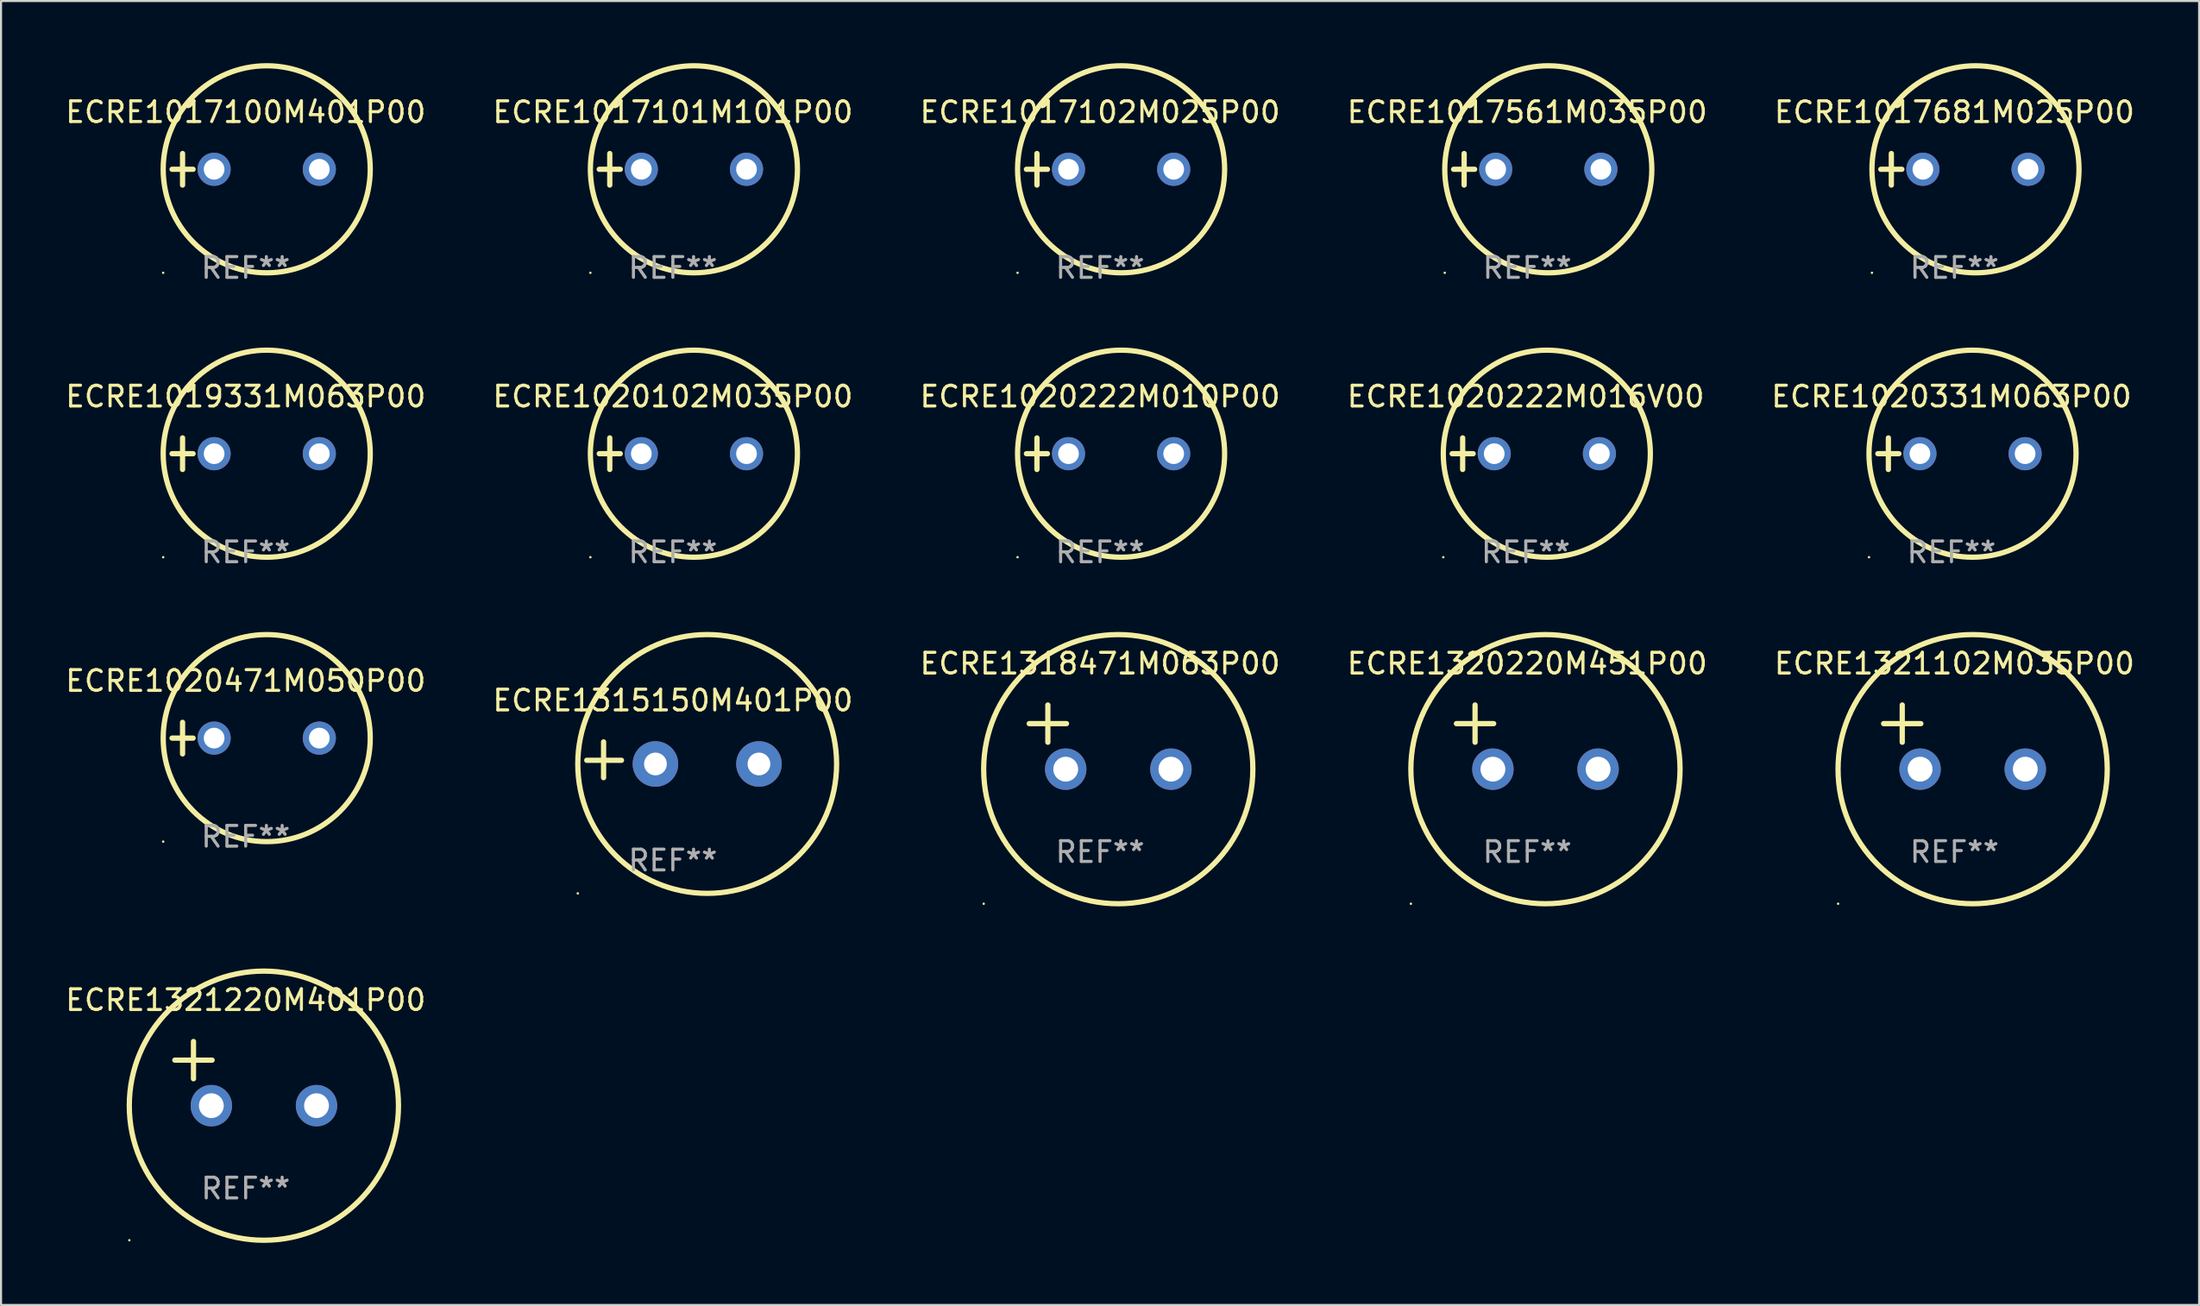
<source format=kicad_pcb>
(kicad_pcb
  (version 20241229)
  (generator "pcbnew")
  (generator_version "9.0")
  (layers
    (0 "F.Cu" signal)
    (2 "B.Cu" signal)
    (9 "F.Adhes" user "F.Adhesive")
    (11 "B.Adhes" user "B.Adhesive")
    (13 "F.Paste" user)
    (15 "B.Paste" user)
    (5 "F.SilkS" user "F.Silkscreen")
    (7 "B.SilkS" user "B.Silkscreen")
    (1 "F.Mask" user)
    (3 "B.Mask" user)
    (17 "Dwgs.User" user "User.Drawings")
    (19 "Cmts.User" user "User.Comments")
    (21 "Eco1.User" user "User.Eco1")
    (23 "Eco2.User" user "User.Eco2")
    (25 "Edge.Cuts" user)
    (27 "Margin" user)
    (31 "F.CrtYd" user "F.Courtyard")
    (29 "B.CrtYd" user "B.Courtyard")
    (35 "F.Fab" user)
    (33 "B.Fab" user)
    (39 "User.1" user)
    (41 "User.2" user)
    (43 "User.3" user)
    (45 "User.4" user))
  (footprint "ECRE1020222M010P00"
    (layer "F.Cu")
    (at 50.077 18.864)
    (property "Reference" "ECRE1020222M010P00" (at 0 -2.762 0) (layer "F.SilkS") (effects (font (size 1 1) (thickness 0.15))))
    (attr through_hole)
    (fp_line (start -3.556 0) (end -2.54 0) (stroke (width 0.254) (type solid)) (layer "F.SilkS"))
    (fp_line (start -3.048 -0.762) (end -3.048 0.762) (stroke (width 0.254) (type solid)) (layer "F.SilkS"))
    (fp_circle (center -3.984 5) (end -3.954 5) (stroke (width 0.06) (type solid)) (fill no) (layer "F.SilkS"))
    (fp_circle (center 1.016 0) (end 6.016 0) (stroke (width 0.254) (type solid)) (fill no) (layer "F.SilkS"))
    (fp_text user "REF**" (at 0 4.762 0) (layer "F.Fab") (effects (font (size 1 1) (thickness 0.15))))
    (pad "1" thru_hole circle (at -1.524 0) (size 1.6 1.6) (drill 1) (layers "*.Cu" "*.Mask"))
    (pad "2" thru_hole circle (at 3.556 0) (size 1.6 1.6) (drill 1) (layers "*.Cu" "*.Mask")))
  (footprint "ECRE1020471M050P00"
    (layer "F.Cu")
    (at 8.815 32.602)
    (property "Reference" "ECRE1020471M050P00" (at 0 -2.762 0) (layer "F.SilkS") (effects (font (size 1 1) (thickness 0.15))))
    (attr through_hole)
    (fp_line (start -3.556 0) (end -2.54 0) (stroke (width 0.254) (type solid)) (layer "F.SilkS"))
    (fp_line (start -3.048 -0.762) (end -3.048 0.762) (stroke (width 0.254) (type solid)) (layer "F.SilkS"))
    (fp_circle (center -3.984 5) (end -3.954 5) (stroke (width 0.06) (type solid)) (fill no) (layer "F.SilkS"))
    (fp_circle (center 1.016 0) (end 6.016 0) (stroke (width 0.254) (type solid)) (fill no) (layer "F.SilkS"))
    (fp_text user "REF**" (at 0 4.762 0) (layer "F.Fab") (effects (font (size 1 1) (thickness 0.15))))
    (pad "1" thru_hole circle (at -1.524 0) (size 1.6 1.6) (drill 1) (layers "*.Cu" "*.Mask"))
    (pad "2" thru_hole circle (at 3.556 0) (size 1.6 1.6) (drill 1) (layers "*.Cu" "*.Mask")))
  (footprint "ECRE1321220M401P00"
    (layer "F.Cu")
    (at 8.815 48.806)
    (property "Reference" "ECRE1321220M401P00" (at 0 -3.55 0) (layer "F.SilkS") (effects (font (size 1 1) (thickness 0.15))))
    (attr through_hole)
    (fp_line (start -3.421 -0.65) (end -1.621 -0.65) (stroke (width 0.254) (type solid)) (layer "F.SilkS"))
    (fp_line (start -2.521 -1.55) (end -2.521 0.25) (stroke (width 0.254) (type solid)) (layer "F.SilkS"))
    (fp_circle (center -5.619 8.05) (end -5.589 8.05) (stroke (width 0.06) (type solid)) (fill no) (layer "F.SilkS"))
    (fp_circle (center 0.879 1.55) (end 7.379 1.55) (stroke (width 0.254) (type solid)) (fill no) (layer "F.SilkS"))
    (fp_text user "REF**" (at 0 5.55 0) (layer "F.Fab") (effects (font (size 1 1) (thickness 0.15))))
    (pad "1" thru_hole circle (at -1.659 1.55) (size 2 2) (drill 1.2) (layers "*.Cu" "*.Mask"))
    (pad "2" thru_hole circle (at 3.421 1.55) (size 2 2) (drill 1.2) (layers "*.Cu" "*.Mask")))
  (footprint "ECRE1017561M035P00"
    (layer "F.Cu")
    (at 70.708 5.127)
    (property "Reference" "ECRE1017561M035P00" (at 0 -2.762 0) (layer "F.SilkS") (effects (font (size 1 1) (thickness 0.15))))
    (attr through_hole)
    (fp_line (start -3.556 0) (end -2.54 0) (stroke (width 0.254) (type solid)) (layer "F.SilkS"))
    (fp_line (start -3.048 -0.762) (end -3.048 0.762) (stroke (width 0.254) (type solid)) (layer "F.SilkS"))
    (fp_circle (center -3.984 5) (end -3.954 5) (stroke (width 0.06) (type solid)) (fill no) (layer "F.SilkS"))
    (fp_circle (center 1.016 0) (end 6.016 0) (stroke (width 0.254) (type solid)) (fill no) (layer "F.SilkS"))
    (fp_text user "REF**" (at 0 4.762 0) (layer "F.Fab") (effects (font (size 1 1) (thickness 0.15))))
    (pad "1" thru_hole circle (at -1.524 0) (size 1.6 1.6) (drill 1) (layers "*.Cu" "*.Mask"))
    (pad "2" thru_hole circle (at 3.556 0) (size 1.6 1.6) (drill 1) (layers "*.Cu" "*.Mask")))
  (footprint "ECRE1320220M451P00"
    (layer "F.Cu")
    (at 70.708 32.552)
    (property "Reference" "ECRE1320220M451P00" (at 0 -3.55 0) (layer "F.SilkS") (effects (font (size 1 1) (thickness 0.15))))
    (attr through_hole)
    (fp_line (start -3.421 -0.65) (end -1.621 -0.65) (stroke (width 0.254) (type solid)) (layer "F.SilkS"))
    (fp_line (start -2.521 -1.55) (end -2.521 0.25) (stroke (width 0.254) (type solid)) (layer "F.SilkS"))
    (fp_circle (center -5.619 8.05) (end -5.589 8.05) (stroke (width 0.06) (type solid)) (fill no) (layer "F.SilkS"))
    (fp_circle (center 0.879 1.55) (end 7.379 1.55) (stroke (width 0.254) (type solid)) (fill no) (layer "F.SilkS"))
    (fp_text user "REF**" (at 0 5.55 0) (layer "F.Fab") (effects (font (size 1 1) (thickness 0.15))))
    (pad "1" thru_hole circle (at -1.659 1.55) (size 2 2) (drill 1.2) (layers "*.Cu" "*.Mask"))
    (pad "2" thru_hole circle (at 3.421 1.55) (size 2 2) (drill 1.2) (layers "*.Cu" "*.Mask")))
  (footprint "ECRE1020102M035P00"
    (layer "F.Cu")
    (at 29.446 18.864)
    (property "Reference" "ECRE1020102M035P00" (at 0 -2.762 0) (layer "F.SilkS") (effects (font (size 1 1) (thickness 0.15))))
    (attr through_hole)
    (fp_line (start -3.556 0) (end -2.54 0) (stroke (width 0.254) (type solid)) (layer "F.SilkS"))
    (fp_line (start -3.048 -0.762) (end -3.048 0.762) (stroke (width 0.254) (type solid)) (layer "F.SilkS"))
    (fp_circle (center -3.984 5) (end -3.954 5) (stroke (width 0.06) (type solid)) (fill no) (layer "F.SilkS"))
    (fp_circle (center 1.016 0) (end 6.016 0) (stroke (width 0.254) (type solid)) (fill no) (layer "F.SilkS"))
    (fp_text user "REF**" (at 0 4.762 0) (layer "F.Fab") (effects (font (size 1 1) (thickness 0.15))))
    (pad "1" thru_hole circle (at -1.524 0) (size 1.6 1.6) (drill 1) (layers "*.Cu" "*.Mask"))
    (pad "2" thru_hole circle (at 3.556 0) (size 1.6 1.6) (drill 1) (layers "*.Cu" "*.Mask")))
  (footprint "ECRE1315150M401P00"
    (layer "F.Cu")
    (at 29.446 33.648)
    (property "Reference" "ECRE1315150M401P00" (at 0 -2.864 0) (layer "F.SilkS") (effects (font (size 1 1) (thickness 0.15))))
    (attr through_hole)
    (fp_line (start -3.346 0.864) (end -3.346 -0.864) (stroke (width 0.254) (type solid)) (layer "F.SilkS"))
    (fp_line (start -2.482 0.025) (end -4.158 0.025) (stroke (width 0.254) (type solid)) (layer "F.SilkS"))
    (fp_circle (center -4.592 6.453) (end -4.562 6.453) (stroke (width 0.06) (type solid)) (fill no) (layer "F.SilkS"))
    (fp_circle (center 1.658 0.203) (end 7.908 0.203) (stroke (width 0.254) (type solid)) (fill no) (layer "F.SilkS"))
    (fp_text user "REF**" (at 0 4.864 0) (layer "F.Fab") (effects (font (size 1 1) (thickness 0.15))))
    (pad "1" thru_hole circle (at -0.842 0.203) (size 2.2 2.2) (drill 1.1) (layers "*.Cu" "*.Mask"))
    (pad "2" thru_hole circle (at 4.158 0.203) (size 2.2 2.2) (drill 1.1) (layers "*.Cu" "*.Mask")))
  (footprint "ECRE1017681M025P00"
    (layer "F.Cu")
    (at 91.339 5.127)
    (property "Reference" "ECRE1017681M025P00" (at 0 -2.762 0) (layer "F.SilkS") (effects (font (size 1 1) (thickness 0.15))))
    (attr through_hole)
    (fp_line (start -3.556 0) (end -2.54 0) (stroke (width 0.254) (type solid)) (layer "F.SilkS"))
    (fp_line (start -3.048 -0.762) (end -3.048 0.762) (stroke (width 0.254) (type solid)) (layer "F.SilkS"))
    (fp_circle (center -3.984 5) (end -3.954 5) (stroke (width 0.06) (type solid)) (fill no) (layer "F.SilkS"))
    (fp_circle (center 1.016 0) (end 6.016 0) (stroke (width 0.254) (type solid)) (fill no) (layer "F.SilkS"))
    (fp_text user "REF**" (at 0 4.762 0) (layer "F.Fab") (effects (font (size 1 1) (thickness 0.15))))
    (pad "1" thru_hole circle (at -1.524 0) (size 1.6 1.6) (drill 1) (layers "*.Cu" "*.Mask"))
    (pad "2" thru_hole circle (at 3.556 0) (size 1.6 1.6) (drill 1) (layers "*.Cu" "*.Mask")))
  (footprint "ECRE1017101M101P00"
    (layer "F.Cu")
    (at 29.446 5.127)
    (property "Reference" "ECRE1017101M101P00" (at 0 -2.762 0) (layer "F.SilkS") (effects (font (size 1 1) (thickness 0.15))))
    (attr through_hole)
    (fp_line (start -3.556 0) (end -2.54 0) (stroke (width 0.254) (type solid)) (layer "F.SilkS"))
    (fp_line (start -3.048 -0.762) (end -3.048 0.762) (stroke (width 0.254) (type solid)) (layer "F.SilkS"))
    (fp_circle (center -3.984 5) (end -3.954 5) (stroke (width 0.06) (type solid)) (fill no) (layer "F.SilkS"))
    (fp_circle (center 1.016 0) (end 6.016 0) (stroke (width 0.254) (type solid)) (fill no) (layer "F.SilkS"))
    (fp_text user "REF**" (at 0 4.762 0) (layer "F.Fab") (effects (font (size 1 1) (thickness 0.15))))
    (pad "1" thru_hole circle (at -1.524 0) (size 1.6 1.6) (drill 1) (layers "*.Cu" "*.Mask"))
    (pad "2" thru_hole circle (at 3.556 0) (size 1.6 1.6) (drill 1) (layers "*.Cu" "*.Mask")))
  (footprint "ECRE1017100M401P00"
    (layer "F.Cu")
    (at 8.815 5.127)
    (property "Reference" "ECRE1017100M401P00" (at 0 -2.762 0) (layer "F.SilkS") (effects (font (size 1 1) (thickness 0.15))))
    (attr through_hole)
    (fp_line (start -3.556 0) (end -2.54 0) (stroke (width 0.254) (type solid)) (layer "F.SilkS"))
    (fp_line (start -3.048 -0.762) (end -3.048 0.762) (stroke (width 0.254) (type solid)) (layer "F.SilkS"))
    (fp_circle (center -3.984 5) (end -3.954 5) (stroke (width 0.06) (type solid)) (fill no) (layer "F.SilkS"))
    (fp_circle (center 1.016 0) (end 6.016 0) (stroke (width 0.254) (type solid)) (fill no) (layer "F.SilkS"))
    (fp_text user "REF**" (at 0 4.762 0) (layer "F.Fab") (effects (font (size 1 1) (thickness 0.15))))
    (pad "1" thru_hole circle (at -1.524 0) (size 1.6 1.6) (drill 1) (layers "*.Cu" "*.Mask"))
    (pad "2" thru_hole circle (at 3.556 0) (size 1.6 1.6) (drill 1) (layers "*.Cu" "*.Mask")))
  (footprint "ECRE1321102M035P00"
    (layer "F.Cu")
    (at 91.339 32.552)
    (property "Reference" "ECRE1321102M035P00" (at 0 -3.55 0) (layer "F.SilkS") (effects (font (size 1 1) (thickness 0.15))))
    (attr through_hole)
    (fp_line (start -3.421 -0.65) (end -1.621 -0.65) (stroke (width 0.254) (type solid)) (layer "F.SilkS"))
    (fp_line (start -2.521 -1.55) (end -2.521 0.25) (stroke (width 0.254) (type solid)) (layer "F.SilkS"))
    (fp_circle (center -5.619 8.05) (end -5.589 8.05) (stroke (width 0.06) (type solid)) (fill no) (layer "F.SilkS"))
    (fp_circle (center 0.879 1.55) (end 7.379 1.55) (stroke (width 0.254) (type solid)) (fill no) (layer "F.SilkS"))
    (fp_text user "REF**" (at 0 5.55 0) (layer "F.Fab") (effects (font (size 1 1) (thickness 0.15))))
    (pad "1" thru_hole circle (at -1.659 1.55) (size 2 2) (drill 1.2) (layers "*.Cu" "*.Mask"))
    (pad "2" thru_hole circle (at 3.421 1.55) (size 2 2) (drill 1.2) (layers "*.Cu" "*.Mask")))
  (footprint "ECRE1017102M025P00"
    (layer "F.Cu")
    (at 50.077 5.127)
    (property "Reference" "ECRE1017102M025P00" (at 0 -2.762 0) (layer "F.SilkS") (effects (font (size 1 1) (thickness 0.15))))
    (attr through_hole)
    (fp_line (start -3.556 0) (end -2.54 0) (stroke (width 0.254) (type solid)) (layer "F.SilkS"))
    (fp_line (start -3.048 -0.762) (end -3.048 0.762) (stroke (width 0.254) (type solid)) (layer "F.SilkS"))
    (fp_circle (center -3.984 5) (end -3.954 5) (stroke (width 0.06) (type solid)) (fill no) (layer "F.SilkS"))
    (fp_circle (center 1.016 0) (end 6.016 0) (stroke (width 0.254) (type solid)) (fill no) (layer "F.SilkS"))
    (fp_text user "REF**" (at 0 4.762 0) (layer "F.Fab") (effects (font (size 1 1) (thickness 0.15))))
    (pad "1" thru_hole circle (at -1.524 0) (size 1.6 1.6) (drill 1) (layers "*.Cu" "*.Mask"))
    (pad "2" thru_hole circle (at 3.556 0) (size 1.6 1.6) (drill 1) (layers "*.Cu" "*.Mask")))
  (footprint "ECRE1019331M063P00"
    (layer "F.Cu")
    (at 8.815 18.864)
    (property "Reference" "ECRE1019331M063P00" (at 0 -2.762 0) (layer "F.SilkS") (effects (font (size 1 1) (thickness 0.15))))
    (attr through_hole)
    (fp_line (start -3.556 0) (end -2.54 0) (stroke (width 0.254) (type solid)) (layer "F.SilkS"))
    (fp_line (start -3.048 -0.762) (end -3.048 0.762) (stroke (width 0.254) (type solid)) (layer "F.SilkS"))
    (fp_circle (center -3.984 5) (end -3.954 5) (stroke (width 0.06) (type solid)) (fill no) (layer "F.SilkS"))
    (fp_circle (center 1.016 0) (end 6.016 0) (stroke (width 0.254) (type solid)) (fill no) (layer "F.SilkS"))
    (fp_text user "REF**" (at 0 4.762 0) (layer "F.Fab") (effects (font (size 1 1) (thickness 0.15))))
    (pad "1" thru_hole circle (at -1.524 0) (size 1.6 1.6) (drill 1) (layers "*.Cu" "*.Mask"))
    (pad "2" thru_hole circle (at 3.556 0) (size 1.6 1.6) (drill 1) (layers "*.Cu" "*.Mask")))
  (footprint "ECRE1318471M063P00"
    (layer "F.Cu")
    (at 50.077 32.552)
    (property "Reference" "ECRE1318471M063P00" (at 0 -3.55 0) (layer "F.SilkS") (effects (font (size 1 1) (thickness 0.15))))
    (attr through_hole)
    (fp_line (start -3.421 -0.65) (end -1.621 -0.65) (stroke (width 0.254) (type solid)) (layer "F.SilkS"))
    (fp_line (start -2.521 -1.55) (end -2.521 0.25) (stroke (width 0.254) (type solid)) (layer "F.SilkS"))
    (fp_circle (center -5.619 8.05) (end -5.589 8.05) (stroke (width 0.06) (type solid)) (fill no) (layer "F.SilkS"))
    (fp_circle (center 0.879 1.55) (end 7.379 1.55) (stroke (width 0.254) (type solid)) (fill no) (layer "F.SilkS"))
    (fp_text user "REF**" (at 0 5.55 0) (layer "F.Fab") (effects (font (size 1 1) (thickness 0.15))))
    (pad "1" thru_hole circle (at -1.659 1.55) (size 2 2) (drill 1.2) (layers "*.Cu" "*.Mask"))
    (pad "2" thru_hole circle (at 3.421 1.55) (size 2 2) (drill 1.2) (layers "*.Cu" "*.Mask")))
  (footprint "ECRE1020222M016V00"
    (layer "F.Cu")
    (at 70.637 18.864)
    (property "Reference" "ECRE1020222M016V00" (at 0 -2.762 0) (layer "F.SilkS") (effects (font (size 1 1) (thickness 0.15))))
    (attr through_hole)
    (fp_line (start -3.556 0) (end -2.54 0) (stroke (width 0.254) (type solid)) (layer "F.SilkS"))
    (fp_line (start -3.048 -0.762) (end -3.048 0.762) (stroke (width 0.254) (type solid)) (layer "F.SilkS"))
    (fp_circle (center -3.984 5) (end -3.954 5) (stroke (width 0.06) (type solid)) (fill no) (layer "F.SilkS"))
    (fp_circle (center 1.016 0) (end 6.016 0) (stroke (width 0.254) (type solid)) (fill no) (layer "F.SilkS"))
    (fp_text user "REF**" (at 0 4.762 0) (layer "F.Fab") (effects (font (size 1 1) (thickness 0.15))))
    (pad "1" thru_hole circle (at -1.524 0) (size 1.6 1.6) (drill 1) (layers "*.Cu" "*.Mask"))
    (pad "2" thru_hole circle (at 3.556 0) (size 1.6 1.6) (drill 1) (layers "*.Cu" "*.Mask")))
  (footprint "ECRE1020331M063P00"
    (layer "F.Cu")
    (at 91.196 18.864)
    (property "Reference" "ECRE1020331M063P00" (at 0 -2.762 0) (layer "F.SilkS") (effects (font (size 1 1) (thickness 0.15))))
    (attr through_hole)
    (fp_line (start -3.556 0) (end -2.54 0) (stroke (width 0.254) (type solid)) (layer "F.SilkS"))
    (fp_line (start -3.048 -0.762) (end -3.048 0.762) (stroke (width 0.254) (type solid)) (layer "F.SilkS"))
    (fp_circle (center -3.984 5) (end -3.954 5) (stroke (width 0.06) (type solid)) (fill no) (layer "F.SilkS"))
    (fp_circle (center 1.016 0) (end 6.016 0) (stroke (width 0.254) (type solid)) (fill no) (layer "F.SilkS"))
    (fp_text user "REF**" (at 0 4.762 0) (layer "F.Fab") (effects (font (size 1 1) (thickness 0.15))))
    (pad "1" thru_hole circle (at -1.524 0) (size 1.6 1.6) (drill 1) (layers "*.Cu" "*.Mask"))
    (pad "2" thru_hole circle (at 3.556 0) (size 1.6 1.6) (drill 1) (layers "*.Cu" "*.Mask")))
  (gr_rect
    (start -3 -3)
    (end 103.155 59.983)
    (stroke (width 0.1) (type default))
    (fill no)
    (layer "Edge.Cuts")))
</source>
